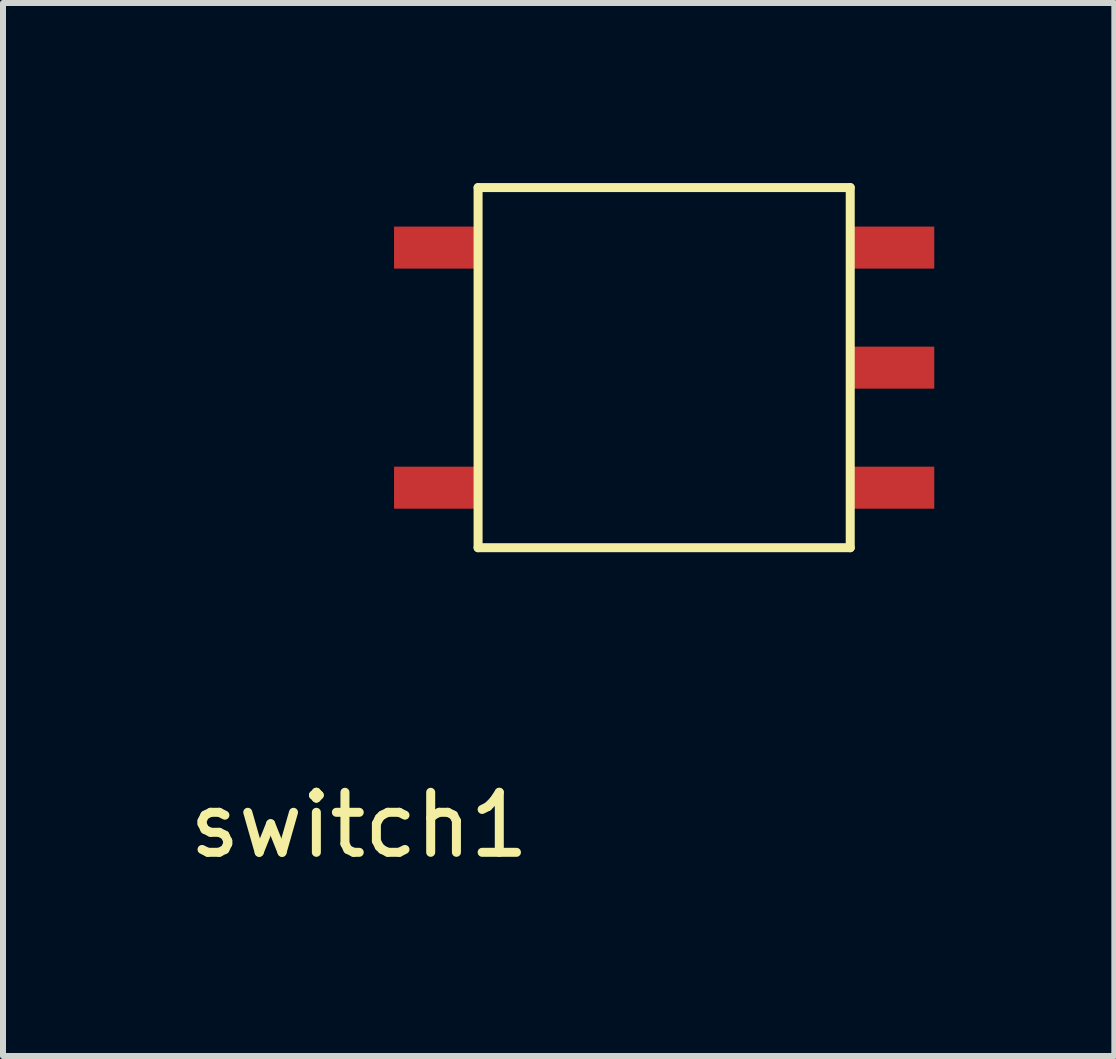
<source format=kicad_pcb>
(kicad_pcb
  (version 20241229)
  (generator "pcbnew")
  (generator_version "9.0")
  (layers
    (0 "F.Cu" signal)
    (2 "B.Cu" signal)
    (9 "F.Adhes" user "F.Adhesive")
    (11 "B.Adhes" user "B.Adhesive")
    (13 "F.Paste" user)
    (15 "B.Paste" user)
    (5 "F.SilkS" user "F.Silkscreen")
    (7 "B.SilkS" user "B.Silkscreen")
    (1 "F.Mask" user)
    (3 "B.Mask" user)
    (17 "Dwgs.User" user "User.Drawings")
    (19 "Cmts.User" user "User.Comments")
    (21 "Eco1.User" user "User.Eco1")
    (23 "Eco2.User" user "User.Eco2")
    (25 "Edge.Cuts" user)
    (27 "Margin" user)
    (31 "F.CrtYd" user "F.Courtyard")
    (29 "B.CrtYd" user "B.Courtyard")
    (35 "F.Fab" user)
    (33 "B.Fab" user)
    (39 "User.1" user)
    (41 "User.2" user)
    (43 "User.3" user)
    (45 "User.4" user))
  (footprint "switch1"
    (layer "F.Cu")
    (at 8.015 3.075)
    (property "Reference" "switch1" (at -5.08 7.62 0) (layer "F.SilkS") (effects (font (size 1 1) (thickness 0.15))))
    (attr through_hole)
    (fp_line (start -3.1 -3) (end -3.1 3) (stroke (width 0.15) (type solid)) (layer "F.SilkS"))
    (fp_line (start -3.1 -3) (end 3.1 -3) (stroke (width 0.15) (type solid)) (layer "F.SilkS"))
    (fp_line (start -3.1 3) (end 3.1 3) (stroke (width 0.15) (type solid)) (layer "F.SilkS"))
    (fp_line (start 3.1 -3) (end 3.1 3) (stroke (width 0.15) (type solid)) (layer "F.SilkS"))
    (pad "1" smd rect (at -3.8 -2) (size 1.4 0.7) (layers "F.Cu" "F.Mask" "F.Paste"))
    (pad "2" smd rect (at 3.8 -2) (size 1.4 0.7) (layers "F.Cu" "F.Mask" "F.Paste"))
    (pad "3" smd rect (at -3.8 2) (size 1.4 0.7) (layers "F.Cu" "F.Mask" "F.Paste"))
    (pad "4" smd rect (at 3.8 2) (size 1.4 0.7) (layers "F.Cu" "F.Mask" "F.Paste"))
    (pad "5" smd rect (at 3.8 0) (size 1.4 0.7) (layers "F.Cu" "F.Mask" "F.Paste")))
  (gr_rect
    (start -3 -3)
    (end 15.515 14.543)
    (stroke (width 0.1) (type default))
    (fill no)
    (layer "Edge.Cuts")))
</source>
